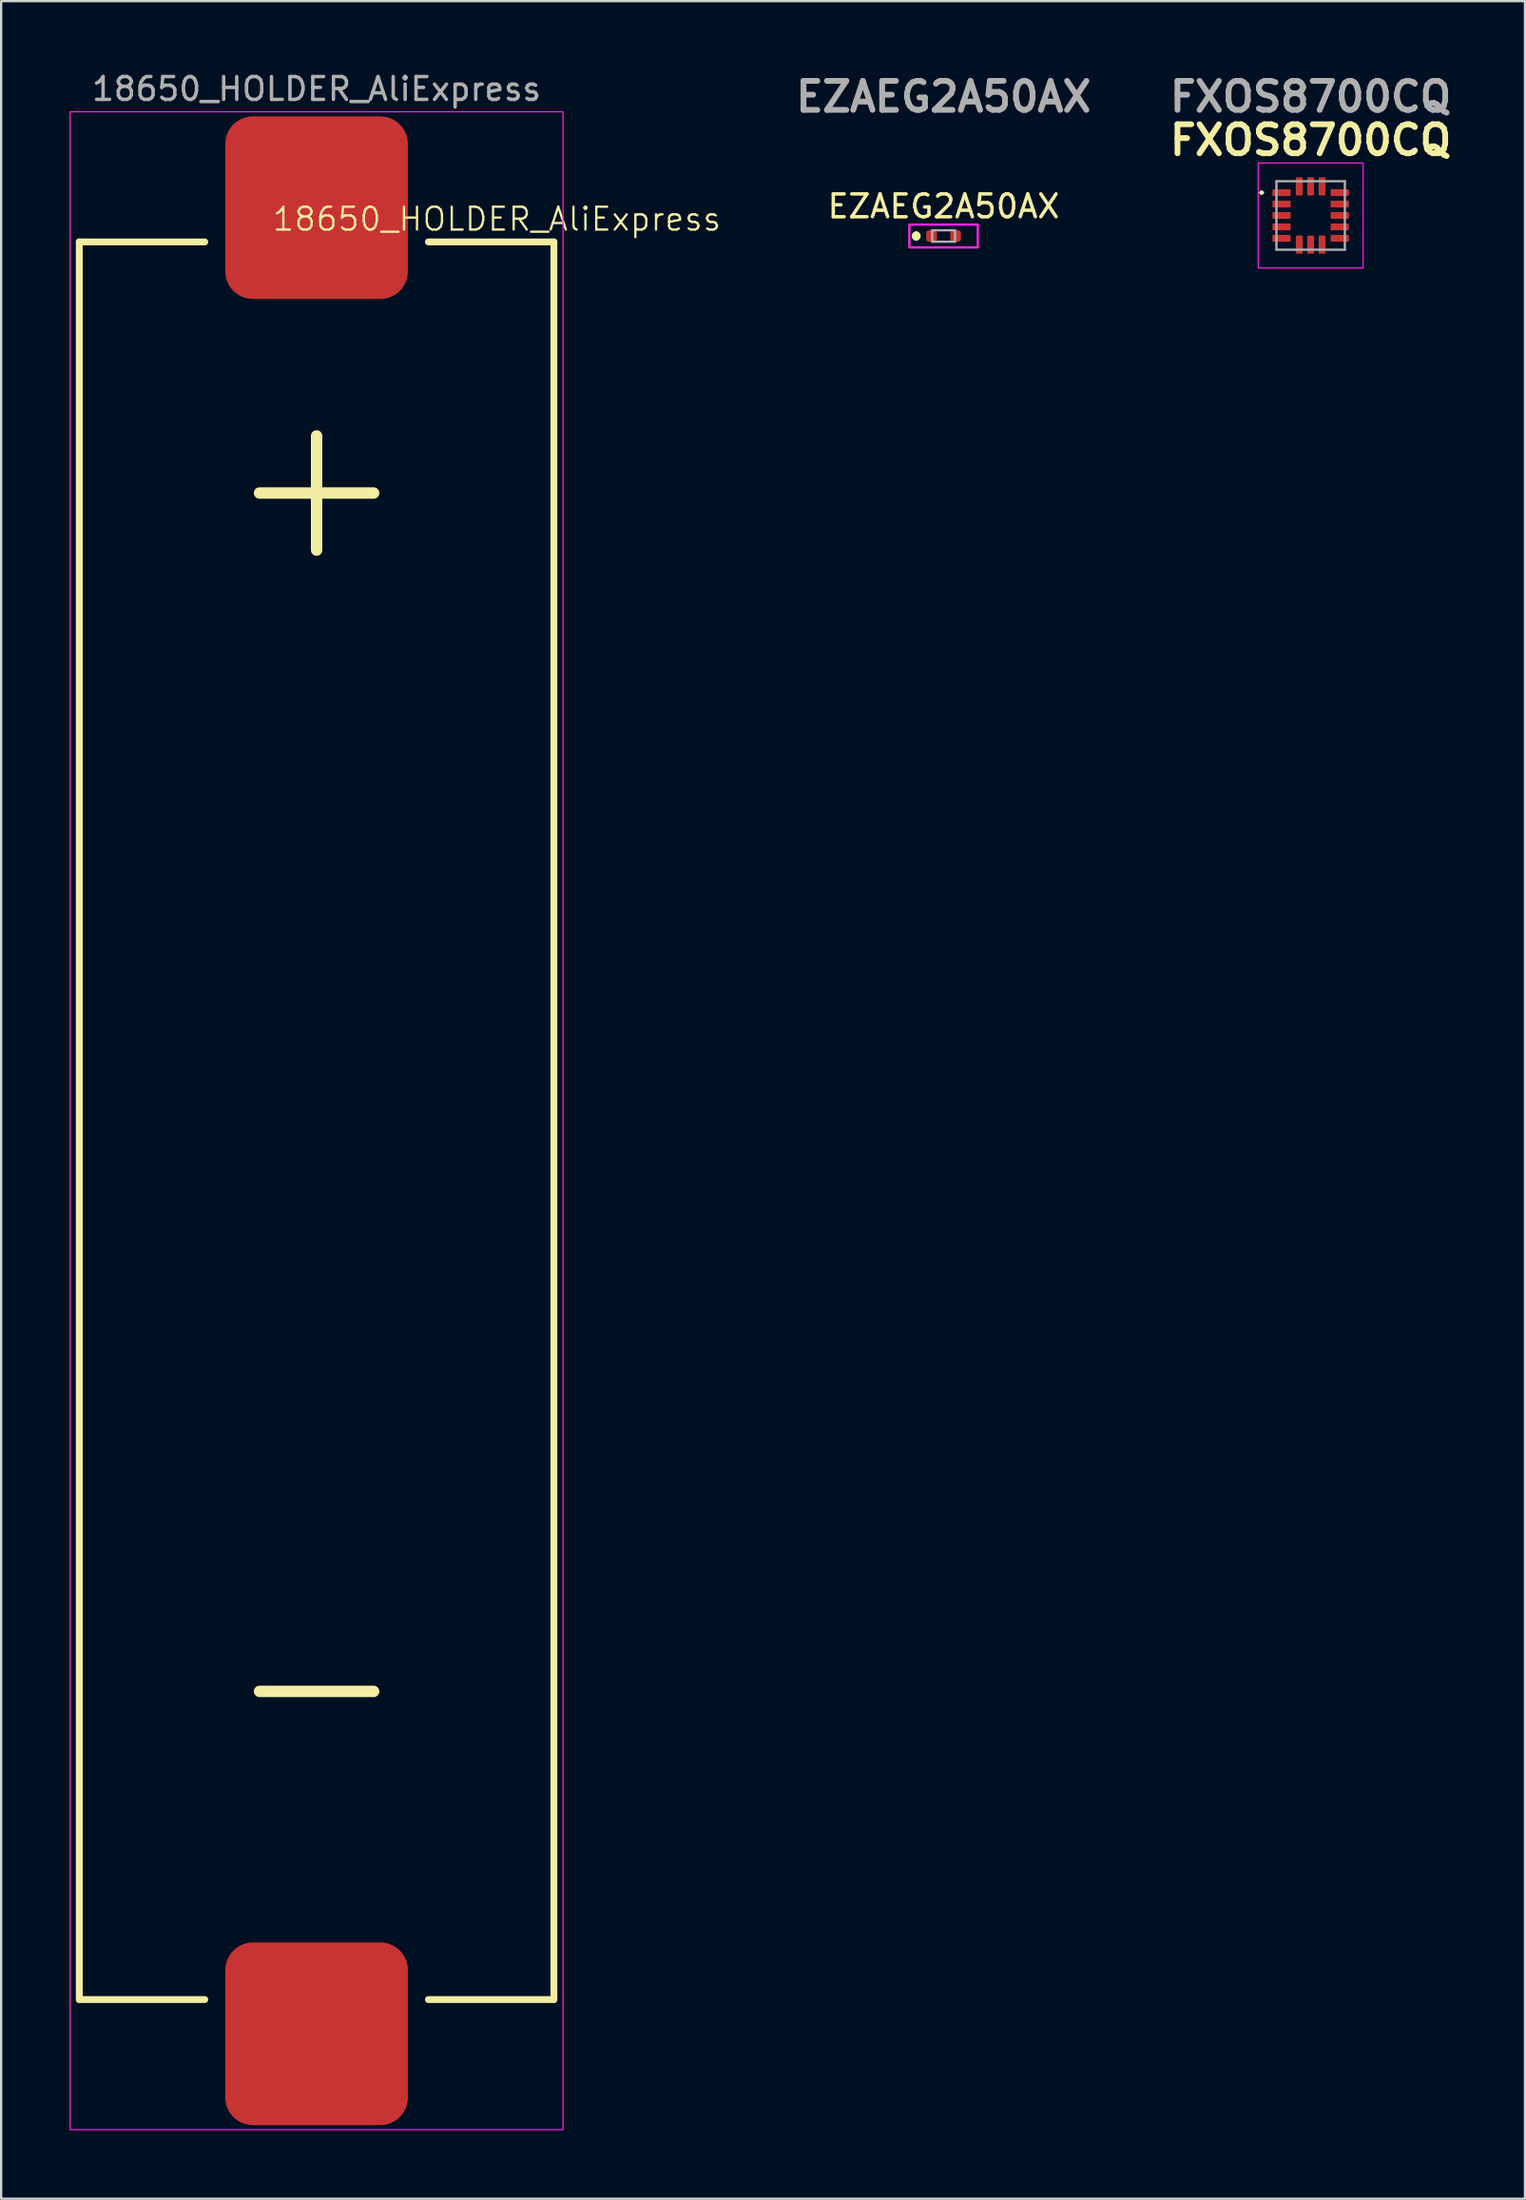
<source format=kicad_pcb>
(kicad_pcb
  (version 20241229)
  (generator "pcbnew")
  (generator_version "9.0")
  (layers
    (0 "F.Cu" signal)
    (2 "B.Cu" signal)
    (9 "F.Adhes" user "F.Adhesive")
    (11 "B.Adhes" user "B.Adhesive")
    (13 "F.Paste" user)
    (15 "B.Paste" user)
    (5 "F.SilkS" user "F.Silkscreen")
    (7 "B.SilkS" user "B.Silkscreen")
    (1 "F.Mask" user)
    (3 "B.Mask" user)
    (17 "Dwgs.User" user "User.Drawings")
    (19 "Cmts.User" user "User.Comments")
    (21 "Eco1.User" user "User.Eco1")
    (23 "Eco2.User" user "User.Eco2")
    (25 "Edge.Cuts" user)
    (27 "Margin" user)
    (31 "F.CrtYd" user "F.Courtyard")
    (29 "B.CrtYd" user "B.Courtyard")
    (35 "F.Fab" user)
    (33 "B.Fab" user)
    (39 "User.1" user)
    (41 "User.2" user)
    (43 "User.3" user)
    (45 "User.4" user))
  (footprint "FXOS8700CQ"
    (layer "F.Cu")
    (at 54.39 6.389)
    (property "Reference" "FXOS8700CQ" (at 0 -3.3 0) (layer "F.SilkS") (effects (font (size 1.27 1.27) (thickness 0.254))))
    (attr smd)
    (fp_line (start -2.2 -1) (end -2.2 -1) (stroke (width 0.1) (type solid)) (layer "F.SilkS"))
    (fp_line (start -2.1 -1) (end -2.1 -1) (stroke (width 0.1) (type solid)) (layer "F.SilkS"))
    (fp_arc (start -2.2 -1) (mid -2.15 -1.05) (end -2.1 -1) (stroke (width 0.1) (type solid)) (layer "F.SilkS"))
    (fp_arc (start -2.1 -1) (mid -2.15 -0.95) (end -2.2 -1) (stroke (width 0.1) (type solid)) (layer "F.SilkS"))
    (fp_rect (start -2.3 -2.3) (end 2.3 2.3) (stroke (width 0.05) (type default)) (fill no) (layer "F.CrtYd"))
    (fp_line (start -1.5 -1.5) (end 1.5 -1.5) (stroke (width 0.1) (type solid)) (layer "F.Fab"))
    (fp_line (start -1.5 1.5) (end -1.5 -1.5) (stroke (width 0.1) (type solid)) (layer "F.Fab"))
    (fp_line (start 1.5 -1.5) (end 1.5 1.5) (stroke (width 0.1) (type solid)) (layer "F.Fab"))
    (fp_line (start 1.5 1.5) (end -1.5 1.5) (stroke (width 0.1) (type solid)) (layer "F.Fab"))
    (fp_text user "${REFERENCE}" (at 0 -5.2 0) (layer "F.Fab") (effects (font (size 1.27 1.27) (thickness 0.254))))
    (pad "1" smd roundrect (at -1.275 -1 90) (size 0.3 0.8) (layers "F.Cu" "F.Mask" "F.Paste") (roundrect_rratio 0.15))
    (pad "2" smd roundrect (at -1.275 -0.5 90) (size 0.3 0.8) (layers "F.Cu" "F.Mask" "F.Paste") (roundrect_rratio 0.15))
    (pad "3" smd roundrect (at -1.275 0 90) (size 0.3 0.8) (layers "F.Cu" "F.Mask" "F.Paste") (roundrect_rratio 0.15))
    (pad "4" smd roundrect (at -1.275 0.5 90) (size 0.3 0.8) (layers "F.Cu" "F.Mask" "F.Paste") (roundrect_rratio 0.15))
    (pad "5" smd roundrect (at -1.275 1 90) (size 0.3 0.8) (layers "F.Cu" "F.Mask" "F.Paste") (roundrect_rratio 0.15))
    (pad "6" smd roundrect (at -0.5 1.275) (size 0.3 0.8) (layers "F.Cu" "F.Mask" "F.Paste") (roundrect_rratio 0.15))
    (pad "7" smd roundrect (at 0 1.275) (size 0.3 0.8) (layers "F.Cu" "F.Mask" "F.Paste") (roundrect_rratio 0.15))
    (pad "8" smd roundrect (at 0.5 1.275) (size 0.3 0.8) (layers "F.Cu" "F.Mask" "F.Paste") (roundrect_rratio 0.15))
    (pad "9" smd roundrect (at 1.275 1 90) (size 0.3 0.8) (layers "F.Cu" "F.Mask" "F.Paste") (roundrect_rratio 0.15))
    (pad "10" smd roundrect (at 1.275 0.5 90) (size 0.3 0.8) (layers "F.Cu" "F.Mask" "F.Paste") (roundrect_rratio 0.15))
    (pad "11" smd roundrect (at 1.275 0 90) (size 0.3 0.8) (layers "F.Cu" "F.Mask" "F.Paste") (roundrect_rratio 0.15))
    (pad "12" smd roundrect (at 1.275 -0.5 90) (size 0.3 0.8) (layers "F.Cu" "F.Mask" "F.Paste") (roundrect_rratio 0.15))
    (pad "13" smd roundrect (at 1.275 -1 90) (size 0.3 0.8) (layers "F.Cu" "F.Mask" "F.Paste") (roundrect_rratio 0.15))
    (pad "14" smd roundrect (at 0.5 -1.275) (size 0.3 0.8) (layers "F.Cu" "F.Mask" "F.Paste") (roundrect_rratio 0.15))
    (pad "15" smd roundrect (at 0 -1.275) (size 0.3 0.8) (layers "F.Cu" "F.Mask" "F.Paste") (roundrect_rratio 0.15))
    (pad "16" smd roundrect (at -0.5 -1.275) (size 0.3 0.8) (layers "F.Cu" "F.Mask" "F.Paste") (roundrect_rratio 0.15)))
  (footprint "18650_HOLDER_AliExpress"
    (layer "F.Cu")
    (at 10.825 46.048)
    (property "Reference" "18650_HOLDER_AliExpress" (at 7.9 -39.5 0) (unlocked yes) (layer "F.SilkS") (effects (font (size 1 1) (thickness 0.1))))
    (attr smd)
    (fp_line (start -10.4 -38.5) (end -10.4 38.5) (stroke (width 0.3) (type default)) (layer "F.SilkS"))
    (fp_line (start -10.4 -38.5) (end -4.9 -38.5) (stroke (width 0.3) (type default)) (layer "F.SilkS"))
    (fp_line (start -10.4 38.5) (end -4.9 38.5) (stroke (width 0.3) (type default)) (layer "F.SilkS"))
    (fp_line (start 0 -30) (end 0 -25) (stroke (width 0.5) (type default)) (layer "F.SilkS"))
    (fp_line (start 2.5 -27.5) (end -2.5 -27.5) (stroke (width 0.5) (type default)) (layer "F.SilkS"))
    (fp_line (start 2.5 25) (end -2.5 25) (stroke (width 0.5) (type default)) (layer "F.SilkS"))
    (fp_line (start 10.4 -38.5) (end 4.9 -38.5) (stroke (width 0.3) (type default)) (layer "F.SilkS"))
    (fp_line (start 10.4 38.5) (end 4.9 38.5) (stroke (width 0.3) (type default)) (layer "F.SilkS"))
    (fp_line (start 10.4 38.5) (end 10.4 -38.5) (stroke (width 0.3) (type default)) (layer "F.SilkS"))
    (fp_rect (start -10.8 -44.2) (end 10.8 44.2) (stroke (width 0.05) (type default)) (fill no) (layer "F.CrtYd"))
    (fp_text user "${REFERENCE}" (at 0 -45.2 0) (unlocked yes) (layer "F.Fab") (effects (font (size 1 1) (thickness 0.15))))
    (pad "1" smd roundrect (at 0 -40) (size 8 8) (layers "F.Cu" "F.Mask" "F.Paste") (roundrect_rratio 0.15))
    (pad "2" smd roundrect (at 0 40) (size 8 8) (layers "F.Cu" "F.Mask" "F.Paste") (roundrect_rratio 0.15)))
  (footprint "EZAEG2A50AX"
    (layer "F.Cu")
    (at 38.303 7.289)
    (property "Reference" "EZAEG2A50AX" (at 0 -1.3 0) (layer "F.SilkS") (effects (font (size 1 1) (thickness 0.15))))
    (attr smd)
    (fp_line (start -1.2 -0.1) (end -1.2 -0.1) (stroke (width 0.2) (type solid)) (layer "F.SilkS"))
    (fp_line (start -1.2 0.1) (end -1.2 0.1) (stroke (width 0.2) (type solid)) (layer "F.SilkS"))
    (fp_arc (start -1.2 -0.1) (mid -1.1 0) (end -1.2 0.1) (stroke (width 0.2) (type solid)) (layer "F.SilkS"))
    (fp_arc (start -1.2 0.1) (mid -1.3 0) (end -1.2 -0.1) (stroke (width 0.2) (type solid)) (layer "F.SilkS"))
    (fp_rect (start -1.5 -0.5) (end 1.5 0.5) (stroke (width 0.1) (type default)) (fill no) (layer "F.CrtYd"))
    (fp_line (start -0.5 -0.25) (end 0.5 -0.25) (stroke (width 0.1) (type solid)) (layer "F.Fab"))
    (fp_line (start -0.5 0.25) (end -0.5 -0.25) (stroke (width 0.1) (type solid)) (layer "F.Fab"))
    (fp_line (start 0.5 -0.25) (end 0.5 0.25) (stroke (width 0.1) (type solid)) (layer "F.Fab"))
    (fp_line (start 0.5 0.25) (end -0.5 0.25) (stroke (width 0.1) (type solid)) (layer "F.Fab"))
    (fp_text user "${REFERENCE}" (at 0 -6.1 0) (layer "F.Fab") (effects (font (size 1.27 1.27) (thickness 0.254))))
    (pad "1" smd roundrect (at -0.525 0) (size 0.475 0.5) (layers "F.Cu" "F.Mask" "F.Paste") (roundrect_rratio 0.25))
    (pad "2" smd roundrect (at 0.525 0) (size 0.475 0.5) (layers "F.Cu" "F.Mask" "F.Paste") (roundrect_rratio 0.25)))
  (gr_rect
    (start -3 -3)
    (end 63.782 93.273)
    (stroke (width 0.1) (type default))
    (fill no)
    (layer "Edge.Cuts")))
</source>
